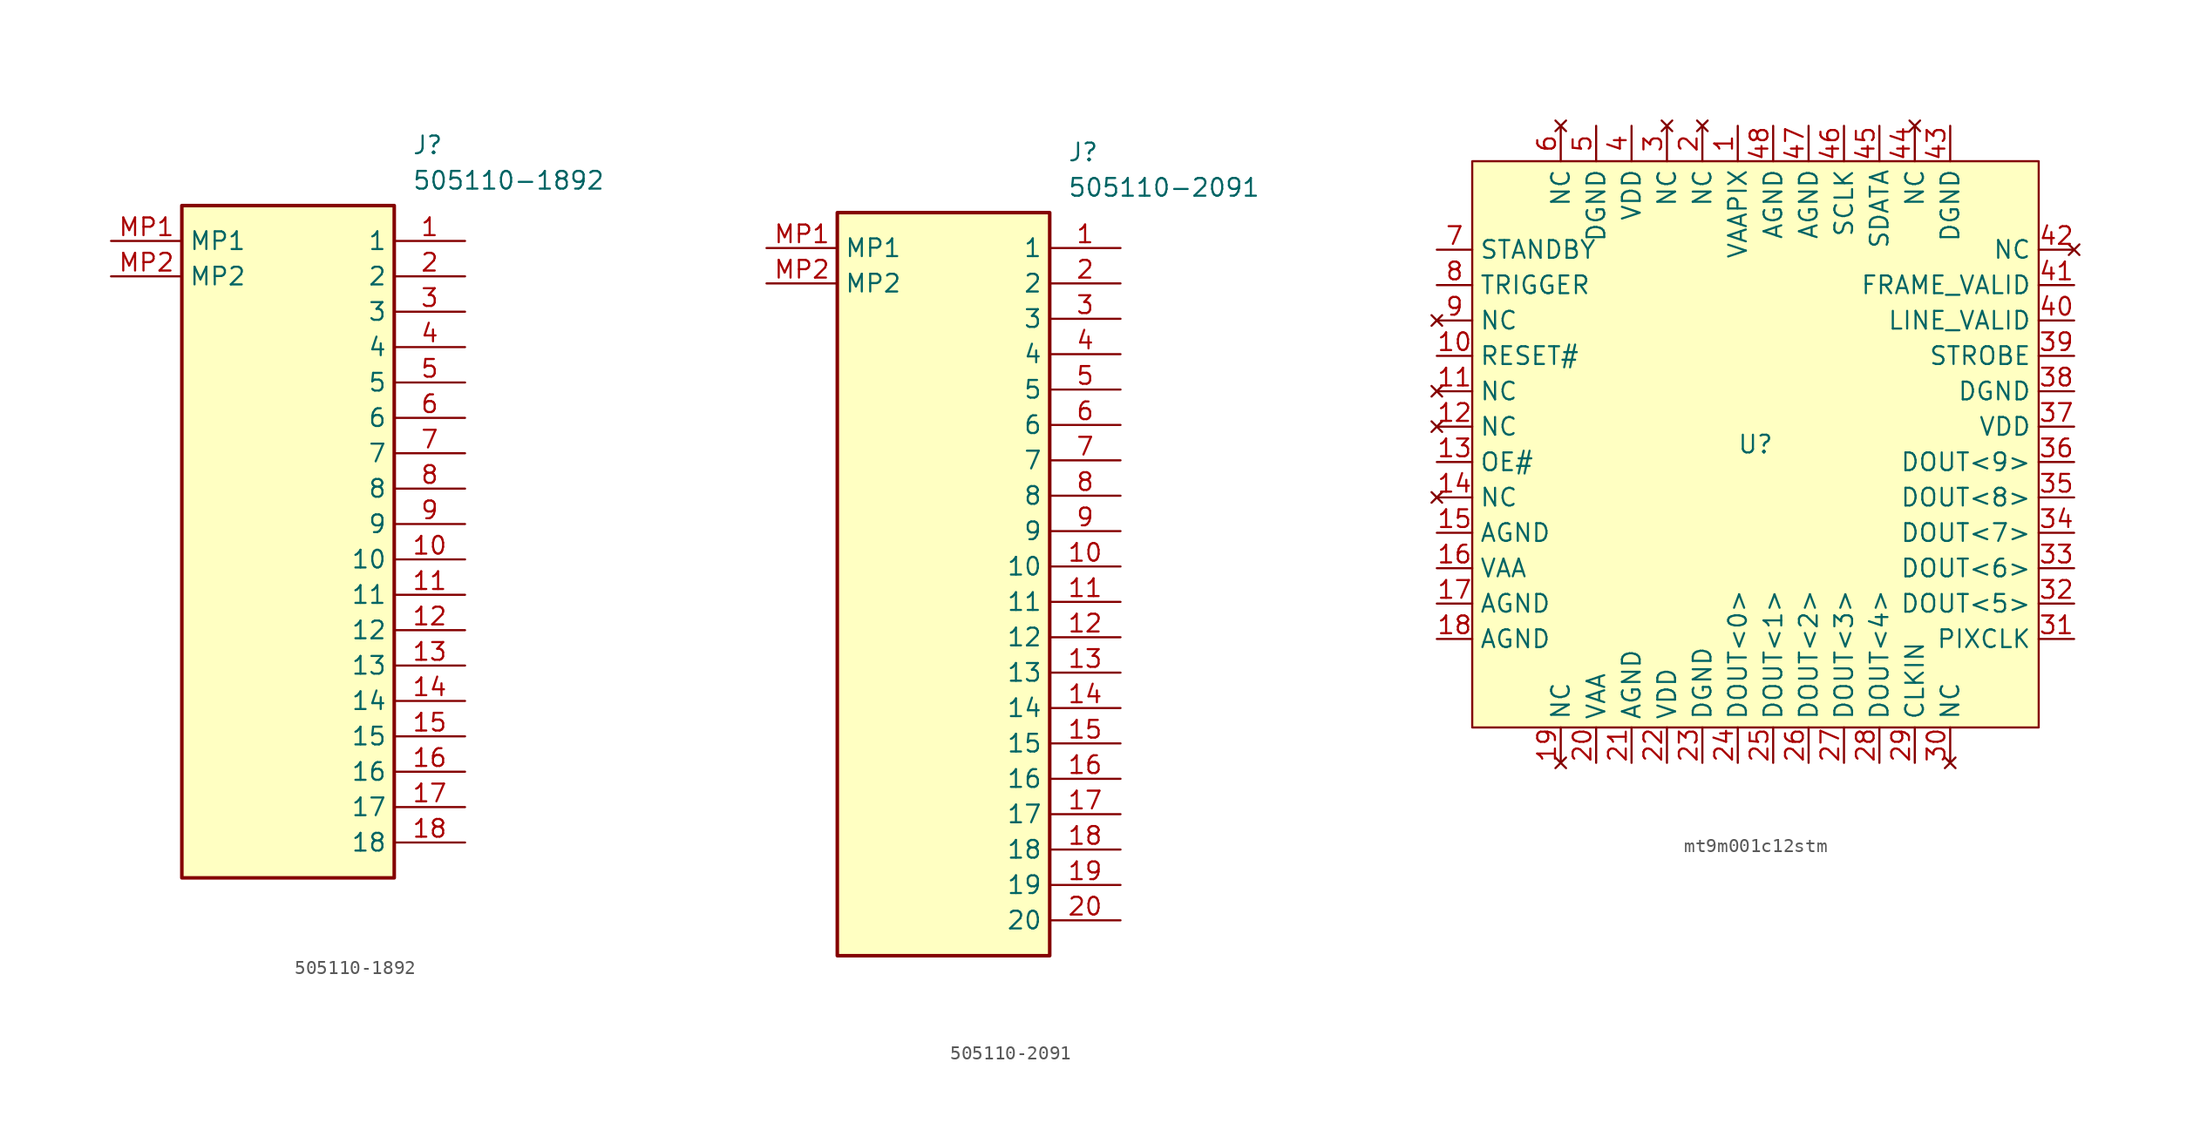
<source format=kicad_sym>
(kicad_symbol_lib
  (version 20220914)
  (generator kicad_symbol_editor)
  (symbol "505110-1892"
    (property "Reference" "J"
      (at 21.59 7.62 0)
      (effects (font (size 1.27 1.27)) (justify left top)))
    (property "Value" "505110-1892"
      (at 21.59 5.08 0)
      (effects (font (size 1.27 1.27)) (justify left top)))
    (symbol "505110-1892_1_1"
      (rectangle (start 5.08 2.54) (end 20.32 -45.72) (stroke (width 0.254) (type default)) (fill (type background)))
      (pin passive line (at 25.4 0 180) (length 5.08) (name "1" (effects (font (size 1.27 1.27)))) (number "1" (effects (font (size 1.27 1.27)))))
      (pin passive line (at 25.4 -22.86 180) (length 5.08) (name "10" (effects (font (size 1.27 1.27)))) (number "10" (effects (font (size 1.27 1.27)))))
      (pin passive line (at 25.4 -25.4 180) (length 5.08) (name "11" (effects (font (size 1.27 1.27)))) (number "11" (effects (font (size 1.27 1.27)))))
      (pin passive line (at 25.4 -27.94 180) (length 5.08) (name "12" (effects (font (size 1.27 1.27)))) (number "12" (effects (font (size 1.27 1.27)))))
      (pin passive line (at 25.4 -30.48 180) (length 5.08) (name "13" (effects (font (size 1.27 1.27)))) (number "13" (effects (font (size 1.27 1.27)))))
      (pin passive line (at 25.4 -33.02 180) (length 5.08) (name "14" (effects (font (size 1.27 1.27)))) (number "14" (effects (font (size 1.27 1.27)))))
      (pin passive line (at 25.4 -35.56 180) (length 5.08) (name "15" (effects (font (size 1.27 1.27)))) (number "15" (effects (font (size 1.27 1.27)))))
      (pin passive line (at 25.4 -38.1 180) (length 5.08) (name "16" (effects (font (size 1.27 1.27)))) (number "16" (effects (font (size 1.27 1.27)))))
      (pin passive line (at 25.4 -40.64 180) (length 5.08) (name "17" (effects (font (size 1.27 1.27)))) (number "17" (effects (font (size 1.27 1.27)))))
      (pin passive line (at 25.4 -43.18 180) (length 5.08) (name "18" (effects (font (size 1.27 1.27)))) (number "18" (effects (font (size 1.27 1.27)))))
      (pin passive line (at 25.4 -2.54 180) (length 5.08) (name "2" (effects (font (size 1.27 1.27)))) (number "2" (effects (font (size 1.27 1.27)))))
      (pin passive line (at 25.4 -5.08 180) (length 5.08) (name "3" (effects (font (size 1.27 1.27)))) (number "3" (effects (font (size 1.27 1.27)))))
      (pin passive line (at 25.4 -7.62 180) (length 5.08) (name "4" (effects (font (size 1.27 1.27)))) (number "4" (effects (font (size 1.27 1.27)))))
      (pin passive line (at 25.4 -10.16 180) (length 5.08) (name "5" (effects (font (size 1.27 1.27)))) (number "5" (effects (font (size 1.27 1.27)))))
      (pin passive line (at 25.4 -12.7 180) (length 5.08) (name "6" (effects (font (size 1.27 1.27)))) (number "6" (effects (font (size 1.27 1.27)))))
      (pin passive line (at 25.4 -15.24 180) (length 5.08) (name "7" (effects (font (size 1.27 1.27)))) (number "7" (effects (font (size 1.27 1.27)))))
      (pin passive line (at 25.4 -17.78 180) (length 5.08) (name "8" (effects (font (size 1.27 1.27)))) (number "8" (effects (font (size 1.27 1.27)))))
      (pin passive line (at 25.4 -20.32 180) (length 5.08) (name "9" (effects (font (size 1.27 1.27)))) (number "9" (effects (font (size 1.27 1.27)))))
      (pin passive line (at 0 0 0) (length 5.08) (name "MP1" (effects (font (size 1.27 1.27)))) (number "MP1" (effects (font (size 1.27 1.27)))))
      (pin passive line (at 0 -2.54 0) (length 5.08) (name "MP2" (effects (font (size 1.27 1.27)))) (number "MP2" (effects (font (size 1.27 1.27)))))))
  (symbol "505110-2091"
    (property "Reference" "J"
      (at 21.59 7.62 0)
      (effects (font (size 1.27 1.27)) (justify left top)))
    (property "Value" "505110-2091"
      (at 21.59 5.08 0)
      (effects (font (size 1.27 1.27)) (justify left top)))
    (symbol "505110-2091_1_1"
      (rectangle (start 5.08 2.54) (end 20.32 -50.8) (stroke (width 0.254) (type default)) (fill (type background)))
      (pin passive line (at 25.4 0 180) (length 5.08) (name "1" (effects (font (size 1.27 1.27)))) (number "1" (effects (font (size 1.27 1.27)))))
      (pin passive line (at 25.4 -22.86 180) (length 5.08) (name "10" (effects (font (size 1.27 1.27)))) (number "10" (effects (font (size 1.27 1.27)))))
      (pin passive line (at 25.4 -25.4 180) (length 5.08) (name "11" (effects (font (size 1.27 1.27)))) (number "11" (effects (font (size 1.27 1.27)))))
      (pin passive line (at 25.4 -27.94 180) (length 5.08) (name "12" (effects (font (size 1.27 1.27)))) (number "12" (effects (font (size 1.27 1.27)))))
      (pin passive line (at 25.4 -30.48 180) (length 5.08) (name "13" (effects (font (size 1.27 1.27)))) (number "13" (effects (font (size 1.27 1.27)))))
      (pin passive line (at 25.4 -33.02 180) (length 5.08) (name "14" (effects (font (size 1.27 1.27)))) (number "14" (effects (font (size 1.27 1.27)))))
      (pin passive line (at 25.4 -35.56 180) (length 5.08) (name "15" (effects (font (size 1.27 1.27)))) (number "15" (effects (font (size 1.27 1.27)))))
      (pin passive line (at 25.4 -38.1 180) (length 5.08) (name "16" (effects (font (size 1.27 1.27)))) (number "16" (effects (font (size 1.27 1.27)))))
      (pin passive line (at 25.4 -40.64 180) (length 5.08) (name "17" (effects (font (size 1.27 1.27)))) (number "17" (effects (font (size 1.27 1.27)))))
      (pin passive line (at 25.4 -43.18 180) (length 5.08) (name "18" (effects (font (size 1.27 1.27)))) (number "18" (effects (font (size 1.27 1.27)))))
      (pin passive line (at 25.4 -45.72 180) (length 5.08) (name "19" (effects (font (size 1.27 1.27)))) (number "19" (effects (font (size 1.27 1.27)))))
      (pin passive line (at 25.4 -2.54 180) (length 5.08) (name "2" (effects (font (size 1.27 1.27)))) (number "2" (effects (font (size 1.27 1.27)))))
      (pin passive line (at 25.4 -48.26 180) (length 5.08) (name "20" (effects (font (size 1.27 1.27)))) (number "20" (effects (font (size 1.27 1.27)))))
      (pin passive line (at 25.4 -5.08 180) (length 5.08) (name "3" (effects (font (size 1.27 1.27)))) (number "3" (effects (font (size 1.27 1.27)))))
      (pin passive line (at 25.4 -7.62 180) (length 5.08) (name "4" (effects (font (size 1.27 1.27)))) (number "4" (effects (font (size 1.27 1.27)))))
      (pin passive line (at 25.4 -10.16 180) (length 5.08) (name "5" (effects (font (size 1.27 1.27)))) (number "5" (effects (font (size 1.27 1.27)))))
      (pin passive line (at 25.4 -12.7 180) (length 5.08) (name "6" (effects (font (size 1.27 1.27)))) (number "6" (effects (font (size 1.27 1.27)))))
      (pin passive line (at 25.4 -15.24 180) (length 5.08) (name "7" (effects (font (size 1.27 1.27)))) (number "7" (effects (font (size 1.27 1.27)))))
      (pin passive line (at 25.4 -17.78 180) (length 5.08) (name "8" (effects (font (size 1.27 1.27)))) (number "8" (effects (font (size 1.27 1.27)))))
      (pin passive line (at 25.4 -20.32 180) (length 5.08) (name "9" (effects (font (size 1.27 1.27)))) (number "9" (effects (font (size 1.27 1.27)))))
      (pin passive line (at 0 0 0) (length 5.08) (name "MP1" (effects (font (size 1.27 1.27)))) (number "MP1" (effects (font (size 1.27 1.27)))))
      (pin passive line (at 0 -2.54 0) (length 5.08) (name "MP2" (effects (font (size 1.27 1.27)))) (number "MP2" (effects (font (size 1.27 1.27)))))))
  (symbol "mt9m001c12stm"
    (property "Reference" "U"
      (at 0 0 0)
      (effects (font (size 1.27 1.27))))
    (property "Value" ""
      (at 0 0 0)
      (effects (font (size 1.27 1.27))))
    (symbol "mt9m001c12stm_1_0"
      (pin no_connect line (at -22.86 3.81 0) (length 2.54) (name "NC" (effects (font (size 1.27 1.27)))) (number "11" (effects (font (size 1.27 1.27)))))
      (pin no_connect line (at -3.81 22.86 270) (length 2.54) (name "NC" (effects (font (size 1.27 1.27)))) (number "2" (effects (font (size 1.27 1.27)))))
      (pin no_connect line (at -6.35 22.86 270) (length 2.54) (name "NC" (effects (font (size 1.27 1.27)))) (number "3" (effects (font (size 1.27 1.27)))))
      (pin no_connect line (at -13.97 22.86 270) (length 2.54) (name "NC" (effects (font (size 1.27 1.27)))) (number "6" (effects (font (size 1.27 1.27)))))
      (pin bidirectional line (at -22.86 13.97 0) (length 2.54) (name "STANDBY" (effects (font (size 1.27 1.27)))) (number "7" (effects (font (size 1.27 1.27)))))
      (pin bidirectional line (at -22.86 11.43 0) (length 2.54) (name "TRIGGER" (effects (font (size 1.27 1.27)))) (number "8" (effects (font (size 1.27 1.27)))))
      (pin no_connect line (at -22.86 8.89 0) (length 2.54) (name "NC" (effects (font (size 1.27 1.27)))) (number "9" (effects (font (size 1.27 1.27))))))
    (symbol "mt9m001c12stm_1_1"
      (rectangle (start -20.32 20.32) (end 20.32 -20.32) (stroke (width 0) (type default)) (fill (type background)))
      (pin power_in line (at -1.27 22.86 270) (length 2.54) (name "VAAPIX" (effects (font (size 1.27 1.27)))) (number "1" (effects (font (size 1.27 1.27)))))
      (pin bidirectional line (at -22.86 6.35 0) (length 2.54) (name "RESET#" (effects (font (size 1.27 1.27)))) (number "10" (effects (font (size 1.27 1.27)))))
      (pin no_connect line (at -22.86 1.27 0) (length 2.54) (name "NC" (effects (font (size 1.27 1.27)))) (number "12" (effects (font (size 1.27 1.27)))))
      (pin bidirectional line (at -22.86 -1.27 0) (length 2.54) (name "OE#" (effects (font (size 1.27 1.27)))) (number "13" (effects (font (size 1.27 1.27)))))
      (pin no_connect line (at -22.86 -3.81 0) (length 2.54) (name "NC" (effects (font (size 1.27 1.27)))) (number "14" (effects (font (size 1.27 1.27)))))
      (pin power_in line (at -22.86 -6.35 0) (length 2.54) (name "AGND" (effects (font (size 1.27 1.27)))) (number "15" (effects (font (size 1.27 1.27)))))
      (pin power_in line (at -22.86 -8.89 0) (length 2.54) (name "VAA" (effects (font (size 1.27 1.27)))) (number "16" (effects (font (size 1.27 1.27)))))
      (pin power_in line (at -22.86 -11.43 0) (length 2.54) (name "AGND" (effects (font (size 1.27 1.27)))) (number "17" (effects (font (size 1.27 1.27)))))
      (pin power_in line (at -22.86 -13.97 0) (length 2.54) (name "AGND" (effects (font (size 1.27 1.27)))) (number "18" (effects (font (size 1.27 1.27)))))
      (pin no_connect line (at -13.97 -22.86 90) (length 2.54) (name "NC" (effects (font (size 1.27 1.27)))) (number "19" (effects (font (size 1.27 1.27)))))
      (pin power_in line (at -11.43 -22.86 90) (length 2.54) (name "VAA" (effects (font (size 1.27 1.27)))) (number "20" (effects (font (size 1.27 1.27)))))
      (pin power_in line (at -8.89 -22.86 90) (length 2.54) (name "AGND" (effects (font (size 1.27 1.27)))) (number "21" (effects (font (size 1.27 1.27)))))
      (pin power_in line (at -6.35 -22.86 90) (length 2.54) (name "VDD" (effects (font (size 1.27 1.27)))) (number "22" (effects (font (size 1.27 1.27)))))
      (pin power_in line (at -3.81 -22.86 90) (length 2.54) (name "DGND" (effects (font (size 1.27 1.27)))) (number "23" (effects (font (size 1.27 1.27)))))
      (pin output line (at -1.27 -22.86 90) (length 2.54) (name "DOUT<0>" (effects (font (size 1.27 1.27)))) (number "24" (effects (font (size 1.27 1.27)))))
      (pin output line (at 1.27 -22.86 90) (length 2.54) (name "DOUT<1>" (effects (font (size 1.27 1.27)))) (number "25" (effects (font (size 1.27 1.27)))))
      (pin output line (at 3.81 -22.86 90) (length 2.54) (name "DOUT<2>" (effects (font (size 1.27 1.27)))) (number "26" (effects (font (size 1.27 1.27)))))
      (pin output line (at 6.35 -22.86 90) (length 2.54) (name "DOUT<3>" (effects (font (size 1.27 1.27)))) (number "27" (effects (font (size 1.27 1.27)))))
      (pin output line (at 8.89 -22.86 90) (length 2.54) (name "DOUT<4>" (effects (font (size 1.27 1.27)))) (number "28" (effects (font (size 1.27 1.27)))))
      (pin bidirectional line (at 11.43 -22.86 90) (length 2.54) (name "CLKIN" (effects (font (size 1.27 1.27)))) (number "29" (effects (font (size 1.27 1.27)))))
      (pin no_connect line (at 13.97 -22.86 90) (length 2.54) (name "NC" (effects (font (size 1.27 1.27)))) (number "30" (effects (font (size 1.27 1.27)))))
      (pin input line (at 22.86 -13.97 180) (length 2.54) (name "PIXCLK" (effects (font (size 1.27 1.27)))) (number "31" (effects (font (size 1.27 1.27)))))
      (pin output line (at 22.86 -11.43 180) (length 2.54) (name "DOUT<5>" (effects (font (size 1.27 1.27)))) (number "32" (effects (font (size 1.27 1.27)))))
      (pin output line (at 22.86 -8.89 180) (length 2.54) (name "DOUT<6>" (effects (font (size 1.27 1.27)))) (number "33" (effects (font (size 1.27 1.27)))))
      (pin output line (at 22.86 -6.35 180) (length 2.54) (name "DOUT<7>" (effects (font (size 1.27 1.27)))) (number "34" (effects (font (size 1.27 1.27)))))
      (pin output line (at 22.86 -3.81 180) (length 2.54) (name "DOUT<8>" (effects (font (size 1.27 1.27)))) (number "35" (effects (font (size 1.27 1.27)))))
      (pin output line (at 22.86 -1.27 180) (length 2.54) (name "DOUT<9>" (effects (font (size 1.27 1.27)))) (number "36" (effects (font (size 1.27 1.27)))))
      (pin power_in line (at 22.86 1.27 180) (length 2.54) (name "VDD" (effects (font (size 1.27 1.27)))) (number "37" (effects (font (size 1.27 1.27)))))
      (pin power_in line (at 22.86 3.81 180) (length 2.54) (name "DGND" (effects (font (size 1.27 1.27)))) (number "38" (effects (font (size 1.27 1.27)))))
      (pin bidirectional line (at 22.86 6.35 180) (length 2.54) (name "STROBE" (effects (font (size 1.27 1.27)))) (number "39" (effects (font (size 1.27 1.27)))))
      (pin power_in line (at -8.89 22.86 270) (length 2.54) (name "VDD" (effects (font (size 1.27 1.27)))) (number "4" (effects (font (size 1.27 1.27)))))
      (pin bidirectional line (at 22.86 8.89 180) (length 2.54) (name "LINE_VALID" (effects (font (size 1.27 1.27)))) (number "40" (effects (font (size 1.27 1.27)))))
      (pin bidirectional line (at 22.86 11.43 180) (length 2.54) (name "FRAME_VALID" (effects (font (size 1.27 1.27)))) (number "41" (effects (font (size 1.27 1.27)))))
      (pin no_connect line (at 22.86 13.97 180) (length 2.54) (name "NC" (effects (font (size 1.27 1.27)))) (number "42" (effects (font (size 1.27 1.27)))))
      (pin power_in line (at 13.97 22.86 270) (length 2.54) (name "DGND" (effects (font (size 1.27 1.27)))) (number "43" (effects (font (size 1.27 1.27)))))
      (pin no_connect line (at 11.43 22.86 270) (length 2.54) (name "NC" (effects (font (size 1.27 1.27)))) (number "44" (effects (font (size 1.27 1.27)))))
      (pin bidirectional line (at 8.89 22.86 270) (length 2.54) (name "SDATA" (effects (font (size 1.27 1.27)))) (number "45" (effects (font (size 1.27 1.27)))))
      (pin bidirectional line (at 6.35 22.86 270) (length 2.54) (name "SCLK" (effects (font (size 1.27 1.27)))) (number "46" (effects (font (size 1.27 1.27)))))
      (pin power_in line (at 3.81 22.86 270) (length 2.54) (name "AGND" (effects (font (size 1.27 1.27)))) (number "47" (effects (font (size 1.27 1.27)))))
      (pin power_in line (at 1.27 22.86 270) (length 2.54) (name "AGND" (effects (font (size 1.27 1.27)))) (number "48" (effects (font (size 1.27 1.27)))))
      (pin power_in line (at -11.43 22.86 270) (length 2.54) (name "DGND" (effects (font (size 1.27 1.27)))) (number "5" (effects (font (size 1.27 1.27))))))))
</source>
